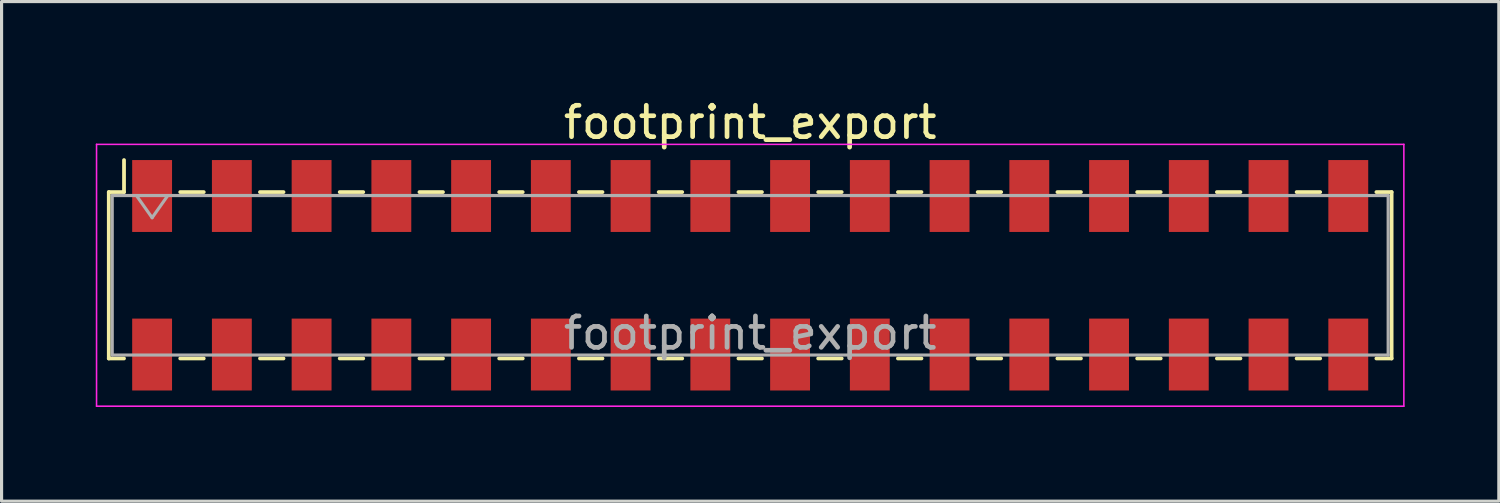
<source format=kicad_pcb>
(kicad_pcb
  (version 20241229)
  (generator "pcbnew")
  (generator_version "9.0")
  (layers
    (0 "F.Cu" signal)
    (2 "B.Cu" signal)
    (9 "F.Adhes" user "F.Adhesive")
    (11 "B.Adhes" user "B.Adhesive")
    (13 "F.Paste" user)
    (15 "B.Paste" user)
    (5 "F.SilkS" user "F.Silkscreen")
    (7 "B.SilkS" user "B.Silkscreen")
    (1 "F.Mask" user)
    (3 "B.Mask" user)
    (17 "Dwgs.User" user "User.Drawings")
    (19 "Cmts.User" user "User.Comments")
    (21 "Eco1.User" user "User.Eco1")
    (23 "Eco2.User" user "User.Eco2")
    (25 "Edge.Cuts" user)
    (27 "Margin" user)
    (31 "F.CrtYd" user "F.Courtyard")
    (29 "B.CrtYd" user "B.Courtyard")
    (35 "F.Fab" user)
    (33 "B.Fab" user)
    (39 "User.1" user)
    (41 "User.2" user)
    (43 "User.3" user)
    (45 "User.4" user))
  (footprint "footprint_export"
    (layer "F.Cu")
    (at 20.845 5.718)
    (property "Reference" "footprint_export" (at 0 -4.87 0) (layer "F.SilkS") (effects (font (size 1 1) (thickness 0.15))))
    (attr smd)
    (fp_line (start -20.43 -2.65) (end -20.43 2.65) (stroke (width 0.12) (type solid)) (layer "F.SilkS"))
    (fp_line (start -20.43 2.65) (end -19.945 2.65) (stroke (width 0.12) (type solid)) (layer "F.SilkS"))
    (fp_line (start -19.945 -3.67) (end -19.945 -2.65) (stroke (width 0.12) (type solid)) (layer "F.SilkS"))
    (fp_line (start -19.945 -2.65) (end -20.43 -2.65) (stroke (width 0.12) (type solid)) (layer "F.SilkS"))
    (fp_line (start -18.155 -2.65) (end -17.405 -2.65) (stroke (width 0.12) (type solid)) (layer "F.SilkS"))
    (fp_line (start -18.155 2.65) (end -17.405 2.65) (stroke (width 0.12) (type solid)) (layer "F.SilkS"))
    (fp_line (start -15.615 -2.65) (end -14.865 -2.65) (stroke (width 0.12) (type solid)) (layer "F.SilkS"))
    (fp_line (start -15.615 2.65) (end -14.865 2.65) (stroke (width 0.12) (type solid)) (layer "F.SilkS"))
    (fp_line (start -13.075 -2.65) (end -12.325 -2.65) (stroke (width 0.12) (type solid)) (layer "F.SilkS"))
    (fp_line (start -13.075 2.65) (end -12.325 2.65) (stroke (width 0.12) (type solid)) (layer "F.SilkS"))
    (fp_line (start -10.535 -2.65) (end -9.785 -2.65) (stroke (width 0.12) (type solid)) (layer "F.SilkS"))
    (fp_line (start -10.535 2.65) (end -9.785 2.65) (stroke (width 0.12) (type solid)) (layer "F.SilkS"))
    (fp_line (start -7.995 -2.65) (end -7.245 -2.65) (stroke (width 0.12) (type solid)) (layer "F.SilkS"))
    (fp_line (start -7.995 2.65) (end -7.245 2.65) (stroke (width 0.12) (type solid)) (layer "F.SilkS"))
    (fp_line (start -5.455 -2.65) (end -4.705 -2.65) (stroke (width 0.12) (type solid)) (layer "F.SilkS"))
    (fp_line (start -5.455 2.65) (end -4.705 2.65) (stroke (width 0.12) (type solid)) (layer "F.SilkS"))
    (fp_line (start -2.915 -2.65) (end -2.165 -2.65) (stroke (width 0.12) (type solid)) (layer "F.SilkS"))
    (fp_line (start -2.915 2.65) (end -2.165 2.65) (stroke (width 0.12) (type solid)) (layer "F.SilkS"))
    (fp_line (start -0.375 -2.65) (end 0.375 -2.65) (stroke (width 0.12) (type solid)) (layer "F.SilkS"))
    (fp_line (start -0.375 2.65) (end 0.375 2.65) (stroke (width 0.12) (type solid)) (layer "F.SilkS"))
    (fp_line (start 2.165 -2.65) (end 2.915 -2.65) (stroke (width 0.12) (type solid)) (layer "F.SilkS"))
    (fp_line (start 2.165 2.65) (end 2.915 2.65) (stroke (width 0.12) (type solid)) (layer "F.SilkS"))
    (fp_line (start 4.705 -2.65) (end 5.455 -2.65) (stroke (width 0.12) (type solid)) (layer "F.SilkS"))
    (fp_line (start 4.705 2.65) (end 5.455 2.65) (stroke (width 0.12) (type solid)) (layer "F.SilkS"))
    (fp_line (start 7.245 -2.65) (end 7.995 -2.65) (stroke (width 0.12) (type solid)) (layer "F.SilkS"))
    (fp_line (start 7.245 2.65) (end 7.995 2.65) (stroke (width 0.12) (type solid)) (layer "F.SilkS"))
    (fp_line (start 9.785 -2.65) (end 10.535 -2.65) (stroke (width 0.12) (type solid)) (layer "F.SilkS"))
    (fp_line (start 9.785 2.65) (end 10.535 2.65) (stroke (width 0.12) (type solid)) (layer "F.SilkS"))
    (fp_line (start 12.325 -2.65) (end 13.075 -2.65) (stroke (width 0.12) (type solid)) (layer "F.SilkS"))
    (fp_line (start 12.325 2.65) (end 13.075 2.65) (stroke (width 0.12) (type solid)) (layer "F.SilkS"))
    (fp_line (start 14.865 -2.65) (end 15.615 -2.65) (stroke (width 0.12) (type solid)) (layer "F.SilkS"))
    (fp_line (start 14.865 2.65) (end 15.615 2.65) (stroke (width 0.12) (type solid)) (layer "F.SilkS"))
    (fp_line (start 17.405 -2.65) (end 18.155 -2.65) (stroke (width 0.12) (type solid)) (layer "F.SilkS"))
    (fp_line (start 17.405 2.65) (end 18.155 2.65) (stroke (width 0.12) (type solid)) (layer "F.SilkS"))
    (fp_line (start 19.945 -2.65) (end 20.43 -2.65) (stroke (width 0.12) (type solid)) (layer "F.SilkS"))
    (fp_line (start 20.43 -2.65) (end 20.43 2.65) (stroke (width 0.12) (type solid)) (layer "F.SilkS"))
    (fp_line (start 20.43 2.65) (end 19.945 2.65) (stroke (width 0.12) (type solid)) (layer "F.SilkS"))
    (fp_line (start -20.82 -4.17) (end 20.82 -4.17) (stroke (width 0.05) (type solid)) (layer "F.CrtYd"))
    (fp_line (start -20.82 4.17) (end -20.82 -4.17) (stroke (width 0.05) (type solid)) (layer "F.CrtYd"))
    (fp_line (start 20.82 -4.17) (end 20.82 4.17) (stroke (width 0.05) (type solid)) (layer "F.CrtYd"))
    (fp_line (start 20.82 4.17) (end -20.82 4.17) (stroke (width 0.05) (type solid)) (layer "F.CrtYd"))
    (fp_line (start -20.32 -2.54) (end 20.32 -2.54) (stroke (width 0.1) (type solid)) (layer "F.Fab"))
    (fp_line (start -20.32 2.54) (end -20.32 -2.54) (stroke (width 0.1) (type solid)) (layer "F.Fab"))
    (fp_line (start -19.55 -2.54) (end -19.05 -1.833) (stroke (width 0.1) (type solid)) (layer "F.Fab"))
    (fp_line (start -19.05 -1.833) (end -18.55 -2.54) (stroke (width 0.1) (type solid)) (layer "F.Fab"))
    (fp_line (start 20.32 -2.54) (end 20.32 2.54) (stroke (width 0.1) (type solid)) (layer "F.Fab"))
    (fp_line (start 20.32 2.54) (end -20.32 2.54) (stroke (width 0.1) (type solid)) (layer "F.Fab"))
    (fp_text user "${REFERENCE}" (at 0 1.84 0) (layer "F.Fab") (effects (font (size 1 1) (thickness 0.15))))
    (pad "1" smd rect (at -19.05 -2.525) (size 1.27 2.29) (layers "F.Cu" "F.Mask" "F.Paste"))
    (pad "2" smd rect (at -19.05 2.525) (size 1.27 2.29) (layers "F.Cu" "F.Mask" "F.Paste"))
    (pad "3" smd rect (at -16.51 -2.525) (size 1.27 2.29) (layers "F.Cu" "F.Mask" "F.Paste"))
    (pad "4" smd rect (at -16.51 2.525) (size 1.27 2.29) (layers "F.Cu" "F.Mask" "F.Paste"))
    (pad "5" smd rect (at -13.97 -2.525) (size 1.27 2.29) (layers "F.Cu" "F.Mask" "F.Paste"))
    (pad "6" smd rect (at -13.97 2.525) (size 1.27 2.29) (layers "F.Cu" "F.Mask" "F.Paste"))
    (pad "7" smd rect (at -11.43 -2.525) (size 1.27 2.29) (layers "F.Cu" "F.Mask" "F.Paste"))
    (pad "8" smd rect (at -11.43 2.525) (size 1.27 2.29) (layers "F.Cu" "F.Mask" "F.Paste"))
    (pad "9" smd rect (at -8.89 -2.525) (size 1.27 2.29) (layers "F.Cu" "F.Mask" "F.Paste"))
    (pad "10" smd rect (at -8.89 2.525) (size 1.27 2.29) (layers "F.Cu" "F.Mask" "F.Paste"))
    (pad "11" smd rect (at -6.35 -2.525) (size 1.27 2.29) (layers "F.Cu" "F.Mask" "F.Paste"))
    (pad "12" smd rect (at -6.35 2.525) (size 1.27 2.29) (layers "F.Cu" "F.Mask" "F.Paste"))
    (pad "13" smd rect (at -3.81 -2.525) (size 1.27 2.29) (layers "F.Cu" "F.Mask" "F.Paste"))
    (pad "14" smd rect (at -3.81 2.525) (size 1.27 2.29) (layers "F.Cu" "F.Mask" "F.Paste"))
    (pad "15" smd rect (at -1.27 -2.525) (size 1.27 2.29) (layers "F.Cu" "F.Mask" "F.Paste"))
    (pad "16" smd rect (at -1.27 2.525) (size 1.27 2.29) (layers "F.Cu" "F.Mask" "F.Paste"))
    (pad "17" smd rect (at 1.27 -2.525) (size 1.27 2.29) (layers "F.Cu" "F.Mask" "F.Paste"))
    (pad "18" smd rect (at 1.27 2.525) (size 1.27 2.29) (layers "F.Cu" "F.Mask" "F.Paste"))
    (pad "19" smd rect (at 3.81 -2.525) (size 1.27 2.29) (layers "F.Cu" "F.Mask" "F.Paste"))
    (pad "20" smd rect (at 3.81 2.525) (size 1.27 2.29) (layers "F.Cu" "F.Mask" "F.Paste"))
    (pad "21" smd rect (at 6.35 -2.525) (size 1.27 2.29) (layers "F.Cu" "F.Mask" "F.Paste"))
    (pad "22" smd rect (at 6.35 2.525) (size 1.27 2.29) (layers "F.Cu" "F.Mask" "F.Paste"))
    (pad "23" smd rect (at 8.89 -2.525) (size 1.27 2.29) (layers "F.Cu" "F.Mask" "F.Paste"))
    (pad "24" smd rect (at 8.89 2.525) (size 1.27 2.29) (layers "F.Cu" "F.Mask" "F.Paste"))
    (pad "25" smd rect (at 11.43 -2.525) (size 1.27 2.29) (layers "F.Cu" "F.Mask" "F.Paste"))
    (pad "26" smd rect (at 11.43 2.525) (size 1.27 2.29) (layers "F.Cu" "F.Mask" "F.Paste"))
    (pad "27" smd rect (at 13.97 -2.525) (size 1.27 2.29) (layers "F.Cu" "F.Mask" "F.Paste"))
    (pad "28" smd rect (at 13.97 2.525) (size 1.27 2.29) (layers "F.Cu" "F.Mask" "F.Paste"))
    (pad "29" smd rect (at 16.51 -2.525) (size 1.27 2.29) (layers "F.Cu" "F.Mask" "F.Paste"))
    (pad "30" smd rect (at 16.51 2.525) (size 1.27 2.29) (layers "F.Cu" "F.Mask" "F.Paste"))
    (pad "31" smd rect (at 19.05 -2.525) (size 1.27 2.29) (layers "F.Cu" "F.Mask" "F.Paste"))
    (pad "32" smd rect (at 19.05 2.525) (size 1.27 2.29) (layers "F.Cu" "F.Mask" "F.Paste")))
  (gr_rect
    (start -3 -3)
    (end 44.69 12.913)
    (stroke (width 0.1) (type default))
    (fill no)
    (layer "Edge.Cuts")))
</source>
